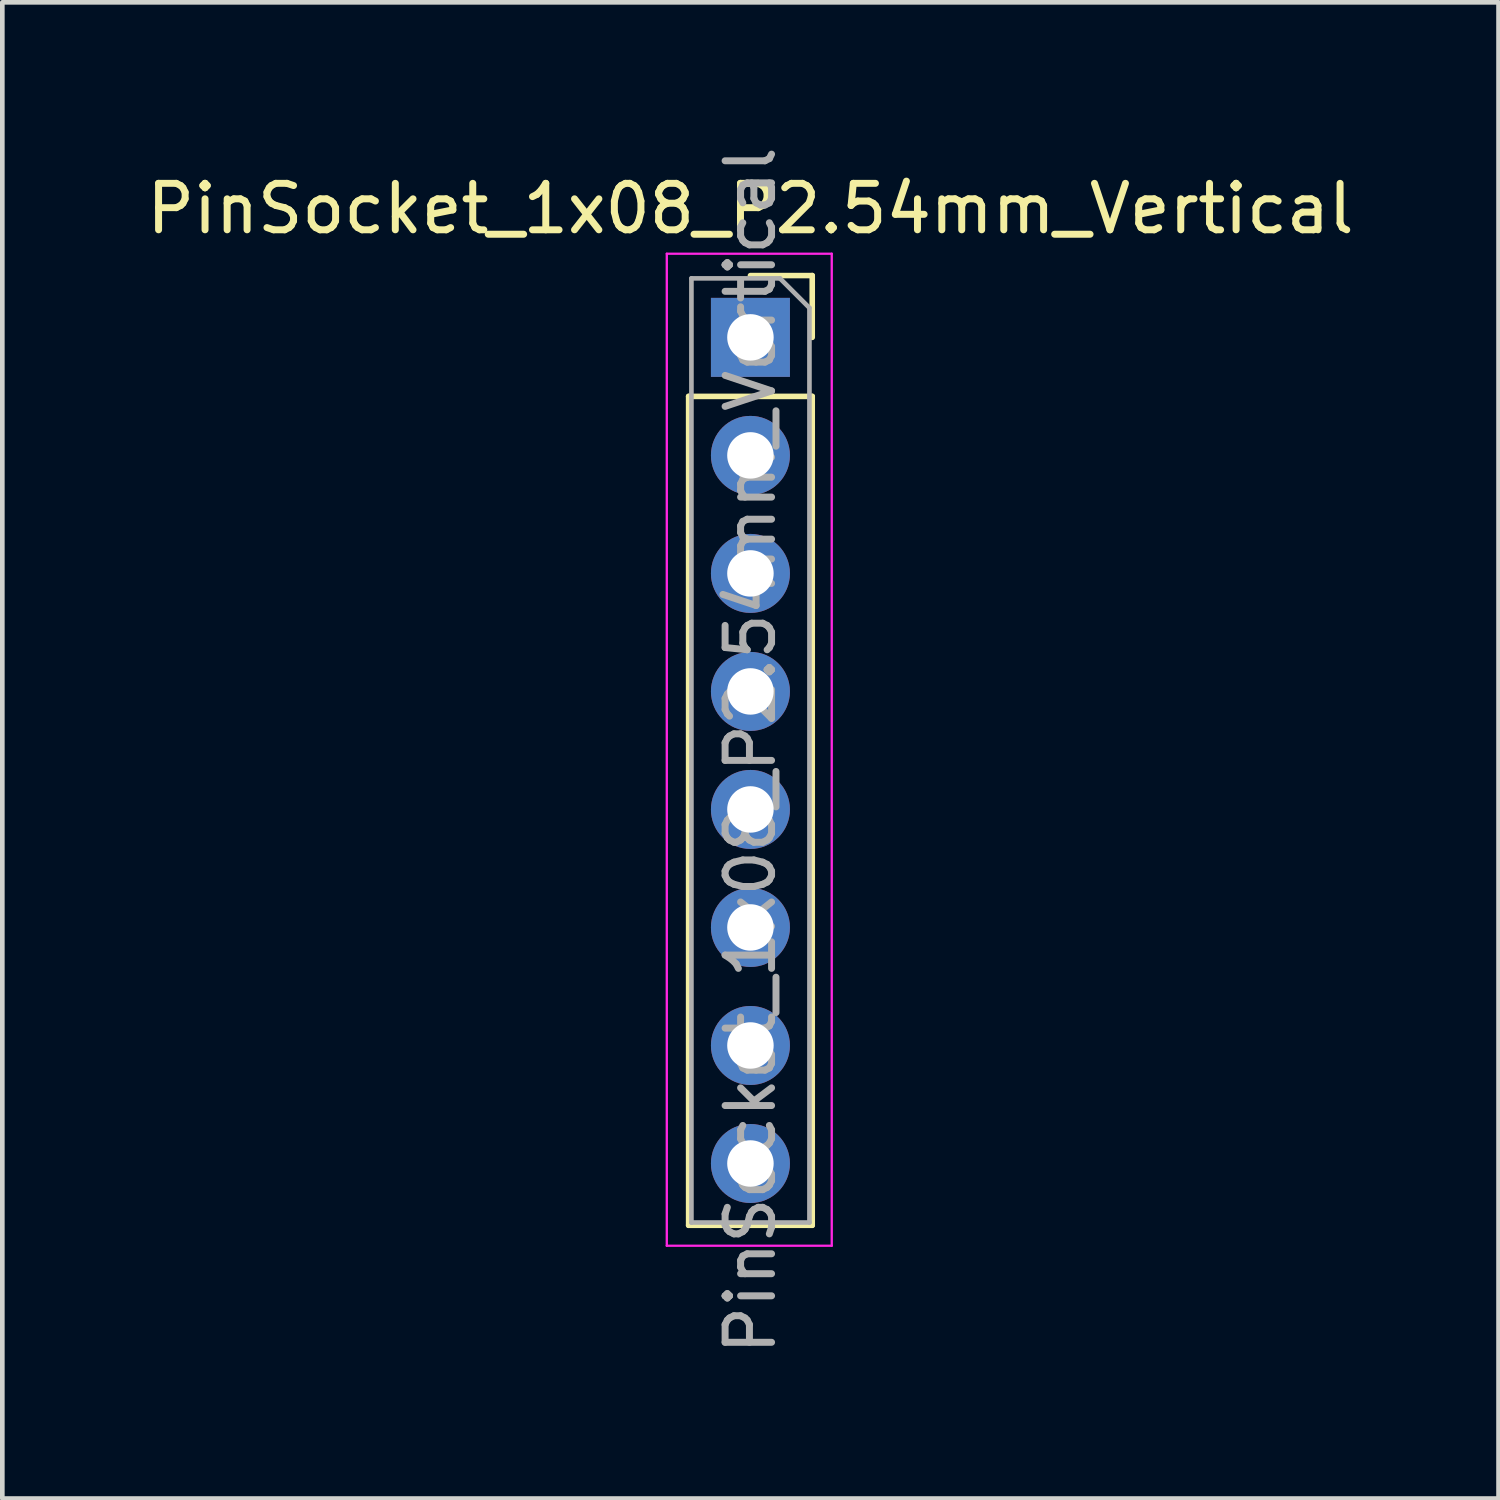
<source format=kicad_pcb>
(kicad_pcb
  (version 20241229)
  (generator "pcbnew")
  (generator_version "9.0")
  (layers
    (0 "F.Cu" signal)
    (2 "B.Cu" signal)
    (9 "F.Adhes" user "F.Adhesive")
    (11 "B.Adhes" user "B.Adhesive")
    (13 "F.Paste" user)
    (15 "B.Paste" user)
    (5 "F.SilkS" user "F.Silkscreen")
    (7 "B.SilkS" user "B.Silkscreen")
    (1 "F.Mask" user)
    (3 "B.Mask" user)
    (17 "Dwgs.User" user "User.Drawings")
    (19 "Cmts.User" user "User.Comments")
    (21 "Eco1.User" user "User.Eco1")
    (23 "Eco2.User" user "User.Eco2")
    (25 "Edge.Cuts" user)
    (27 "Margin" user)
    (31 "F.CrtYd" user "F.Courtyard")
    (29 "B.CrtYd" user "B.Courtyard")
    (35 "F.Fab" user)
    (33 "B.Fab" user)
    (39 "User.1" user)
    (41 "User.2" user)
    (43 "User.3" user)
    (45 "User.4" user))
  (footprint "PinSocket_1x08_P2.54mm_Vertical"
    (layer "F.Cu")
    (at 13.101 4.211)
    (property "Reference" "PinSocket_1x08_P2.54mm_Vertical" (at 0 -2.77 0) (layer "F.SilkS") (effects (font (size 1 1) (thickness 0.15))))
    (attr through_hole)
    (fp_line (start -1.33 1.27) (end -1.33 19.11) (stroke (width 0.12) (type solid)) (layer "F.SilkS"))
    (fp_line (start -1.33 1.27) (end 1.33 1.27) (stroke (width 0.12) (type solid)) (layer "F.SilkS"))
    (fp_line (start -1.33 19.11) (end 1.33 19.11) (stroke (width 0.12) (type solid)) (layer "F.SilkS"))
    (fp_line (start 0 -1.33) (end 1.33 -1.33) (stroke (width 0.12) (type solid)) (layer "F.SilkS"))
    (fp_line (start 1.33 -1.33) (end 1.33 0) (stroke (width 0.12) (type solid)) (layer "F.SilkS"))
    (fp_line (start 1.33 1.27) (end 1.33 19.11) (stroke (width 0.12) (type solid)) (layer "F.SilkS"))
    (fp_line (start -1.8 -1.8) (end 1.75 -1.8) (stroke (width 0.05) (type solid)) (layer "F.CrtYd"))
    (fp_line (start -1.8 19.55) (end -1.8 -1.8) (stroke (width 0.05) (type solid)) (layer "F.CrtYd"))
    (fp_line (start 1.75 -1.8) (end 1.75 19.55) (stroke (width 0.05) (type solid)) (layer "F.CrtYd"))
    (fp_line (start 1.75 19.55) (end -1.8 19.55) (stroke (width 0.05) (type solid)) (layer "F.CrtYd"))
    (fp_line (start -1.27 -1.27) (end 0.635 -1.27) (stroke (width 0.1) (type solid)) (layer "F.Fab"))
    (fp_line (start -1.27 19.05) (end -1.27 -1.27) (stroke (width 0.1) (type solid)) (layer "F.Fab"))
    (fp_line (start 0.635 -1.27) (end 1.27 -0.635) (stroke (width 0.1) (type solid)) (layer "F.Fab"))
    (fp_line (start 1.27 -0.635) (end 1.27 19.05) (stroke (width 0.1) (type solid)) (layer "F.Fab"))
    (fp_line (start 1.27 19.05) (end -1.27 19.05) (stroke (width 0.1) (type solid)) (layer "F.Fab"))
    (fp_text user "${REFERENCE}" (at 0 8.89 90) (layer "F.Fab") (effects (font (size 1 1) (thickness 0.15))))
    (pad "1" thru_hole rect (at 0 0) (size 1.7 1.7) (drill 1) (layers "*.Cu" "*.Mask"))
    (pad "2" thru_hole oval (at 0 2.54) (size 1.7 1.7) (drill 1) (layers "*.Cu" "*.Mask"))
    (pad "3" thru_hole oval (at 0 5.08) (size 1.7 1.7) (drill 1) (layers "*.Cu" "*.Mask"))
    (pad "4" thru_hole oval (at 0 7.62) (size 1.7 1.7) (drill 1) (layers "*.Cu" "*.Mask"))
    (pad "5" thru_hole oval (at 0 10.16) (size 1.7 1.7) (drill 1) (layers "*.Cu" "*.Mask"))
    (pad "6" thru_hole oval (at 0 12.7) (size 1.7 1.7) (drill 1) (layers "*.Cu" "*.Mask"))
    (pad "7" thru_hole oval (at 0 15.24) (size 1.7 1.7) (drill 1) (layers "*.Cu" "*.Mask"))
    (pad "8" thru_hole oval (at 0 17.78) (size 1.7 1.7) (drill 1) (layers "*.Cu" "*.Mask")))
  (gr_rect
    (start -3 -3)
    (end 29.202 29.202)
    (stroke (width 0.1) (type default))
    (fill no)
    (layer "Edge.Cuts")))
</source>
